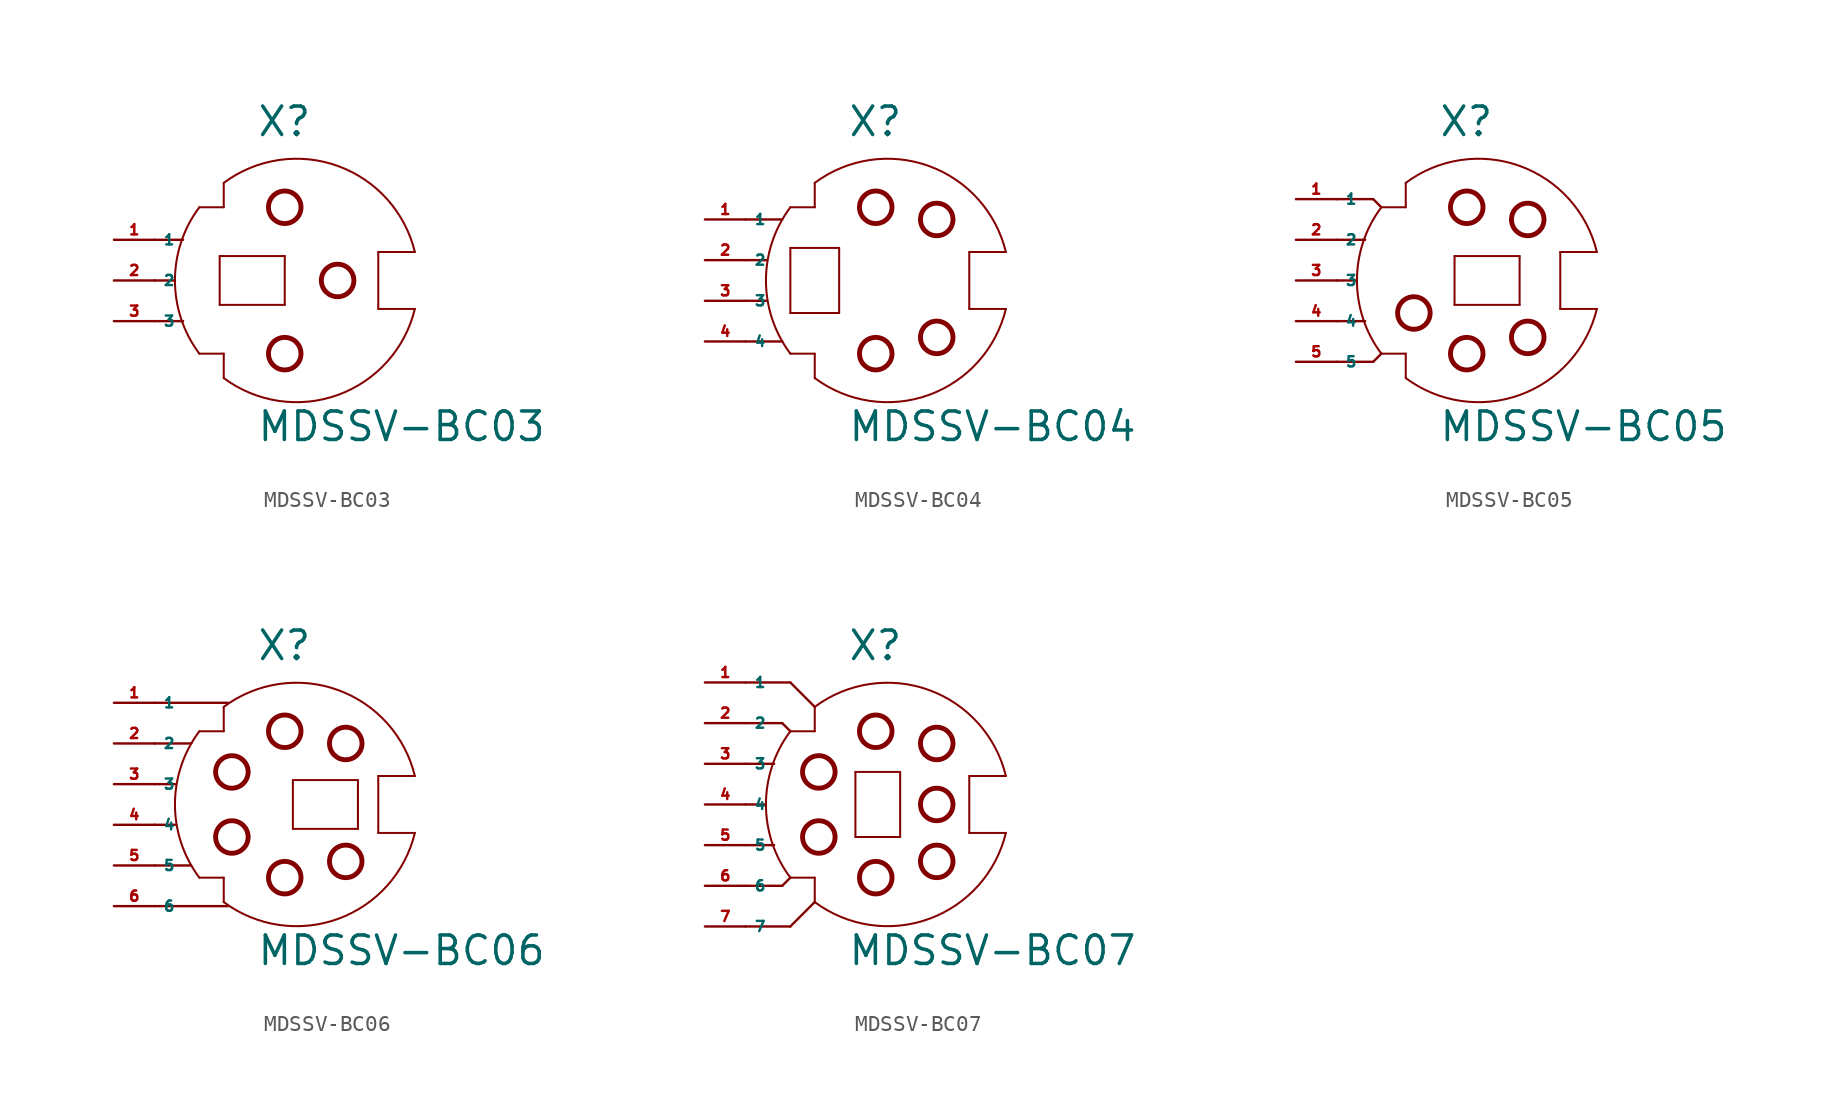
<source format=kicad_sym>
(kicad_symbol_lib
  (version 20220914)
  (generator Eagle2Kicad)
  (symbol "MDSSV-BC03"
    (property "Reference" "X"
      (at -1.27 8.89 0)
      (effects (font (size 1.778 1.778) (thickness 0.22)) (justify left bottom)))
    (property "Value" "MDSSV-BC03"
      (at -1.27 -10.16 0)
      (effects (font (size 1.778 1.778) (thickness 0.22)) (justify left bottom)))
    (polyline
      (pts (xy 6.35 -1.778) (xy 8.636 -1.778))
      (stroke (width 0.127) (type default))
      (fill (type none)))
    (polyline
      (pts (xy 6.35 -1.778) (xy 6.35 1.778))
      (stroke (width 0.127) (type default))
      (fill (type none)))
    (polyline
      (pts (xy 6.35 1.778) (xy 8.636 1.778))
      (stroke (width 0.127) (type default))
      (fill (type none)))
    (polyline
      (pts (xy -3.302 6.096) (xy -3.302 4.572))
      (stroke (width 0.127) (type default))
      (fill (type none)))
    (polyline
      (pts (xy -3.302 4.572) (xy -4.826 4.572))
      (stroke (width 0.127) (type default))
      (fill (type none)))
    (polyline
      (pts (xy -4.826 -4.572) (xy -3.302 -4.572))
      (stroke (width 0.127) (type default))
      (fill (type none)))
    (polyline
      (pts (xy -3.302 -4.572) (xy -3.302 -6.096))
      (stroke (width 0.127) (type default))
      (fill (type none)))
    (arc
      (start -4.826 4.572)
      (mid -6.350 0.000)
      (end -4.826 -4.572)
      (stroke (width 0.127) (type default))
      (fill (type none)))
    (arc
      (start 8.6357 1.778)
      (mid 3.829 7.150)
      (end -3.302 6.096)
      (stroke (width 0.127) (type default))
      (fill (type none)))
    (polyline
      (pts (xy 0.508 1.524) (xy 0.508 -1.524))
      (stroke (width 0.127) (type default))
      (fill (type none)))
    (polyline
      (pts (xy 0.508 -1.524) (xy -3.556 -1.524))
      (stroke (width 0.127) (type default))
      (fill (type none)))
    (polyline
      (pts (xy -3.556 -1.524) (xy -3.556 1.524))
      (stroke (width 0.127) (type default))
      (fill (type none)))
    (polyline
      (pts (xy -3.556 1.524) (xy 0.508 1.524))
      (stroke (width 0.127) (type default))
      (fill (type none)))
    (polyline
      (pts (xy -7.62 0) (xy -6.35 0))
      (stroke (width 0.152) (type default))
      (fill (type none)))
    (polyline
      (pts (xy -7.62 2.54) (xy -5.842 2.54))
      (stroke (width 0.152) (type default))
      (fill (type none)))
    (polyline
      (pts (xy -7.62 -2.54) (xy -5.842 -2.54))
      (stroke (width 0.152) (type default))
      (fill (type none)))
    (arc
      (start -3.302 -6.096)
      (mid 3.829 -7.150)
      (end 8.6357 -1.778)
      (stroke (width 0.127) (type default))
      (fill (type none)))
    (circle
      (center 0.508 4.572)
      (radius 1.016)
      (stroke (width 0.305) (type default))
      (fill (type none)))
    (circle
      (center 3.81 0)
      (radius 1.016)
      (stroke (width 0.305) (type default))
      (fill (type none)))
    (circle
      (center 0.508 -4.572)
      (radius 1.016)
      (stroke (width 0.305) (type default))
      (fill (type none)))
    (pin passive line
      (at -10.16 2.54 0)
      (length 2.54)
      (name "1" (effects (font (size 0.635 0.635) (thickness 0.08)) (justify left bottom)))
      (number "1" (effects (font (size 0.635 0.635) (thickness 0.08)) (justify left bottom))))
    (pin passive line
      (at -10.16 0 0)
      (length 2.54)
      (name "2" (effects (font (size 0.635 0.635) (thickness 0.08)) (justify left bottom)))
      (number "2" (effects (font (size 0.635 0.635) (thickness 0.08)) (justify left bottom))))
    (pin passive line
      (at -10.16 -2.54 0)
      (length 2.54)
      (name "3" (effects (font (size 0.635 0.635) (thickness 0.08)) (justify left bottom)))
      (number "3" (effects (font (size 0.635 0.635) (thickness 0.08)) (justify left bottom)))))
  (symbol "MDSSV-BC04"
    (property "Reference" "X"
      (at -1.27 10.16 0)
      (effects (font (size 1.778 1.778) (thickness 0.22)) (justify left bottom)))
    (property "Value" "MDSSV-BC04"
      (at -1.27 -8.89 0)
      (effects (font (size 1.778 1.778) (thickness 0.22)) (justify left bottom)))
    (polyline
      (pts (xy 6.35 -0.508) (xy 8.636 -0.508))
      (stroke (width 0.127) (type default))
      (fill (type none)))
    (polyline
      (pts (xy 6.35 -0.508) (xy 6.35 3.048))
      (stroke (width 0.127) (type default))
      (fill (type none)))
    (polyline
      (pts (xy 6.35 3.048) (xy 8.636 3.048))
      (stroke (width 0.127) (type default))
      (fill (type none)))
    (polyline
      (pts (xy -3.302 7.366) (xy -3.302 5.842))
      (stroke (width 0.127) (type default))
      (fill (type none)))
    (polyline
      (pts (xy -3.302 5.842) (xy -4.826 5.842))
      (stroke (width 0.127) (type default))
      (fill (type none)))
    (polyline
      (pts (xy -4.826 -3.302) (xy -3.302 -3.302))
      (stroke (width 0.127) (type default))
      (fill (type none)))
    (polyline
      (pts (xy -3.302 -3.302) (xy -3.302 -4.826))
      (stroke (width 0.127) (type default))
      (fill (type none)))
    (arc
      (start -4.826 5.842)
      (mid -6.350 1.270)
      (end -4.826 -3.302)
      (stroke (width 0.127) (type default))
      (fill (type none)))
    (arc
      (start 8.6357 3.048)
      (mid 3.829 8.420)
      (end -3.302 7.366)
      (stroke (width 0.127) (type default))
      (fill (type none)))
    (polyline
      (pts (xy -1.778 -0.762) (xy -4.826 -0.762))
      (stroke (width 0.127) (type default))
      (fill (type none)))
    (polyline
      (pts (xy -4.826 -0.762) (xy -4.826 3.302))
      (stroke (width 0.127) (type default))
      (fill (type none)))
    (polyline
      (pts (xy -4.826 3.302) (xy -1.778 3.302))
      (stroke (width 0.127) (type default))
      (fill (type none)))
    (polyline
      (pts (xy -1.778 3.302) (xy -1.778 -0.762))
      (stroke (width 0.127) (type default))
      (fill (type none)))
    (polyline
      (pts (xy -7.62 0) (xy -6.35 0))
      (stroke (width 0.152) (type default))
      (fill (type none)))
    (polyline
      (pts (xy -7.62 2.54) (xy -6.35 2.54))
      (stroke (width 0.152) (type default))
      (fill (type none)))
    (polyline
      (pts (xy -7.62 -2.54) (xy -5.334 -2.54))
      (stroke (width 0.152) (type default))
      (fill (type none)))
    (polyline
      (pts (xy -7.62 5.08) (xy -5.334 5.08))
      (stroke (width 0.152) (type default))
      (fill (type none)))
    (arc
      (start -3.302 -4.826)
      (mid 3.829 -5.880)
      (end 8.6357 -0.508)
      (stroke (width 0.127) (type default))
      (fill (type none)))
    (circle
      (center 0.508 5.842)
      (radius 1.016)
      (stroke (width 0.305) (type default))
      (fill (type none)))
    (circle
      (center 4.318 5.08)
      (radius 1.016)
      (stroke (width 0.305) (type default))
      (fill (type none)))
    (circle
      (center 0.508 -3.302)
      (radius 1.016)
      (stroke (width 0.305) (type default))
      (fill (type none)))
    (circle
      (center 4.318 -2.286)
      (radius 1.016)
      (stroke (width 0.305) (type default))
      (fill (type none)))
    (pin passive line
      (at -10.16 5.08 0)
      (length 2.54)
      (name "1" (effects (font (size 0.635 0.635) (thickness 0.08)) (justify left bottom)))
      (number "1" (effects (font (size 0.635 0.635) (thickness 0.08)) (justify left bottom))))
    (pin passive line
      (at -10.16 2.54 0)
      (length 2.54)
      (name "2" (effects (font (size 0.635 0.635) (thickness 0.08)) (justify left bottom)))
      (number "2" (effects (font (size 0.635 0.635) (thickness 0.08)) (justify left bottom))))
    (pin passive line
      (at -10.16 0 0)
      (length 2.54)
      (name "3" (effects (font (size 0.635 0.635) (thickness 0.08)) (justify left bottom)))
      (number "3" (effects (font (size 0.635 0.635) (thickness 0.08)) (justify left bottom))))
    (pin passive line
      (at -10.16 -2.54 0)
      (length 2.54)
      (name "4" (effects (font (size 0.635 0.635) (thickness 0.08)) (justify left bottom)))
      (number "4" (effects (font (size 0.635 0.635) (thickness 0.08)) (justify left bottom)))))
  (symbol "MDSSV-BC05"
    (property "Reference" "X"
      (at -1.27 8.89 0)
      (effects (font (size 1.778 1.778) (thickness 0.22)) (justify left bottom)))
    (property "Value" "MDSSV-BC05"
      (at -1.27 -10.16 0)
      (effects (font (size 1.778 1.778) (thickness 0.22)) (justify left bottom)))
    (polyline
      (pts (xy 6.35 -1.778) (xy 8.636 -1.778))
      (stroke (width 0.127) (type default))
      (fill (type none)))
    (polyline
      (pts (xy 6.35 -1.778) (xy 6.35 1.778))
      (stroke (width 0.127) (type default))
      (fill (type none)))
    (polyline
      (pts (xy 6.35 1.778) (xy 8.636 1.778))
      (stroke (width 0.127) (type default))
      (fill (type none)))
    (polyline
      (pts (xy -3.302 6.096) (xy -3.302 4.572))
      (stroke (width 0.127) (type default))
      (fill (type none)))
    (polyline
      (pts (xy -3.302 4.572) (xy -4.826 4.572))
      (stroke (width 0.127) (type default))
      (fill (type none)))
    (polyline
      (pts (xy -4.826 -4.572) (xy -3.302 -4.572))
      (stroke (width 0.127) (type default))
      (fill (type none)))
    (polyline
      (pts (xy -3.302 -4.572) (xy -3.302 -6.096))
      (stroke (width 0.127) (type default))
      (fill (type none)))
    (arc
      (start -4.826 4.572)
      (mid -6.350 0.000)
      (end -4.826 -4.572)
      (stroke (width 0.127) (type default))
      (fill (type none)))
    (arc
      (start 8.6357 1.778)
      (mid 3.829 7.150)
      (end -3.302 6.096)
      (stroke (width 0.127) (type default))
      (fill (type none)))
    (polyline
      (pts (xy -0.254 -1.524) (xy -0.254 1.524))
      (stroke (width 0.127) (type default))
      (fill (type none)))
    (polyline
      (pts (xy -0.254 1.524) (xy 3.81 1.524))
      (stroke (width 0.127) (type default))
      (fill (type none)))
    (polyline
      (pts (xy 3.81 1.524) (xy 3.81 -1.524))
      (stroke (width 0.127) (type default))
      (fill (type none)))
    (polyline
      (pts (xy 3.81 -1.524) (xy -0.254 -1.524))
      (stroke (width 0.127) (type default))
      (fill (type none)))
    (polyline
      (pts (xy -7.62 0) (xy -6.35 0))
      (stroke (width 0.152) (type default))
      (fill (type none)))
    (polyline
      (pts (xy -7.62 2.54) (xy -5.842 2.54))
      (stroke (width 0.152) (type default))
      (fill (type none)))
    (polyline
      (pts (xy -7.62 -2.54) (xy -5.842 -2.54))
      (stroke (width 0.152) (type default))
      (fill (type none)))
    (polyline
      (pts (xy -7.62 5.08) (xy -5.334 5.08))
      (stroke (width 0.152) (type default))
      (fill (type none)))
    (polyline
      (pts (xy -5.334 5.08) (xy -4.826 4.572))
      (stroke (width 0.152) (type default))
      (fill (type none)))
    (polyline
      (pts (xy -7.62 -5.08) (xy -5.334 -5.08))
      (stroke (width 0.152) (type default))
      (fill (type none)))
    (polyline
      (pts (xy -5.334 -5.08) (xy -4.826 -4.572))
      (stroke (width 0.152) (type default))
      (fill (type none)))
    (arc
      (start -3.302 -6.096)
      (mid 3.829 -7.150)
      (end 8.6357 -1.778)
      (stroke (width 0.127) (type default))
      (fill (type none)))
    (circle
      (center 0.508 4.572)
      (radius 1.016)
      (stroke (width 0.305) (type default))
      (fill (type none)))
    (circle
      (center 4.318 3.81)
      (radius 1.016)
      (stroke (width 0.305) (type default))
      (fill (type none)))
    (circle
      (center 0.508 -4.572)
      (radius 1.016)
      (stroke (width 0.305) (type default))
      (fill (type none)))
    (circle
      (center 4.318 -3.556)
      (radius 1.016)
      (stroke (width 0.305) (type default))
      (fill (type none)))
    (circle
      (center -2.794 -2.032)
      (radius 1.016)
      (stroke (width 0.305) (type default))
      (fill (type none)))
    (pin passive line
      (at -10.16 5.08 0)
      (length 2.54)
      (name "1" (effects (font (size 0.635 0.635) (thickness 0.08)) (justify left bottom)))
      (number "1" (effects (font (size 0.635 0.635) (thickness 0.08)) (justify left bottom))))
    (pin passive line
      (at -10.16 2.54 0)
      (length 2.54)
      (name "2" (effects (font (size 0.635 0.635) (thickness 0.08)) (justify left bottom)))
      (number "2" (effects (font (size 0.635 0.635) (thickness 0.08)) (justify left bottom))))
    (pin passive line
      (at -10.16 0 0)
      (length 2.54)
      (name "3" (effects (font (size 0.635 0.635) (thickness 0.08)) (justify left bottom)))
      (number "3" (effects (font (size 0.635 0.635) (thickness 0.08)) (justify left bottom))))
    (pin passive line
      (at -10.16 -2.54 0)
      (length 2.54)
      (name "4" (effects (font (size 0.635 0.635) (thickness 0.08)) (justify left bottom)))
      (number "4" (effects (font (size 0.635 0.635) (thickness 0.08)) (justify left bottom))))
    (pin passive line
      (at -10.16 -5.08 0)
      (length 2.54)
      (name "5" (effects (font (size 0.635 0.635) (thickness 0.08)) (justify left bottom)))
      (number "5" (effects (font (size 0.635 0.635) (thickness 0.08)) (justify left bottom)))))
  (symbol "MDSSV-BC06"
    (property "Reference" "X"
      (at -1.27 10.16 0)
      (effects (font (size 1.778 1.778) (thickness 0.22)) (justify left bottom)))
    (property "Value" "MDSSV-BC06"
      (at -1.27 -8.89 0)
      (effects (font (size 1.778 1.778) (thickness 0.22)) (justify left bottom)))
    (polyline
      (pts (xy 6.35 -0.508) (xy 6.35 3.048))
      (stroke (width 0.127) (type default))
      (fill (type none)))
    (polyline
      (pts (xy 6.35 3.048) (xy 8.636 3.048))
      (stroke (width 0.127) (type default))
      (fill (type none)))
    (polyline
      (pts (xy -3.302 7.366) (xy -3.302 5.842))
      (stroke (width 0.127) (type default))
      (fill (type none)))
    (polyline
      (pts (xy -3.302 5.842) (xy -4.826 5.842))
      (stroke (width 0.127) (type default))
      (fill (type none)))
    (polyline
      (pts (xy -4.826 -3.302) (xy -3.302 -3.302))
      (stroke (width 0.127) (type default))
      (fill (type none)))
    (polyline
      (pts (xy -3.302 -3.302) (xy -3.302 -4.826))
      (stroke (width 0.127) (type default))
      (fill (type none)))
    (arc
      (start -4.826 5.842)
      (mid -6.350 1.270)
      (end -4.826 -3.302)
      (stroke (width 0.127) (type default))
      (fill (type none)))
    (arc
      (start 8.6357 3.048)
      (mid 3.829 8.420)
      (end -3.302 7.366)
      (stroke (width 0.127) (type default))
      (fill (type none)))
    (polyline
      (pts (xy 1.016 -0.254) (xy 1.016 2.794))
      (stroke (width 0.127) (type default))
      (fill (type none)))
    (polyline
      (pts (xy 1.016 2.794) (xy 5.08 2.794))
      (stroke (width 0.127) (type default))
      (fill (type none)))
    (polyline
      (pts (xy 5.08 2.794) (xy 5.08 -0.254))
      (stroke (width 0.127) (type default))
      (fill (type none)))
    (polyline
      (pts (xy 5.08 -0.254) (xy 1.016 -0.254))
      (stroke (width 0.127) (type default))
      (fill (type none)))
    (polyline
      (pts (xy -7.62 0) (xy -6.35 0))
      (stroke (width 0.152) (type default))
      (fill (type none)))
    (polyline
      (pts (xy -7.62 2.54) (xy -6.35 2.54))
      (stroke (width 0.152) (type default))
      (fill (type none)))
    (polyline
      (pts (xy -7.62 -2.54) (xy -5.334 -2.54))
      (stroke (width 0.152) (type default))
      (fill (type none)))
    (polyline
      (pts (xy -7.62 5.08) (xy -5.334 5.08))
      (stroke (width 0.152) (type default))
      (fill (type none)))
    (polyline
      (pts (xy -7.62 -5.08) (xy -3.048 -5.08))
      (stroke (width 0.152) (type default))
      (fill (type none)))
    (polyline
      (pts (xy -7.62 7.62) (xy -3.048 7.62))
      (stroke (width 0.152) (type default))
      (fill (type none)))
    (polyline
      (pts (xy 6.35 -0.508) (xy 8.636 -0.508))
      (stroke (width 0.127) (type default))
      (fill (type none)))
    (arc
      (start -3.302 -4.826)
      (mid 3.829 -5.880)
      (end 8.6357 -0.508)
      (stroke (width 0.127) (type default))
      (fill (type none)))
    (circle
      (center 0.508 5.842)
      (radius 1.016)
      (stroke (width 0.305) (type default))
      (fill (type none)))
    (circle
      (center 4.318 5.08)
      (radius 1.016)
      (stroke (width 0.305) (type default))
      (fill (type none)))
    (circle
      (center 0.508 -3.302)
      (radius 1.016)
      (stroke (width 0.305) (type default))
      (fill (type none)))
    (circle
      (center 4.318 -2.286)
      (radius 1.016)
      (stroke (width 0.305) (type default))
      (fill (type none)))
    (circle
      (center -2.794 3.302)
      (radius 1.016)
      (stroke (width 0.305) (type default))
      (fill (type none)))
    (circle
      (center -2.794 -0.762)
      (radius 1.016)
      (stroke (width 0.305) (type default))
      (fill (type none)))
    (pin passive line
      (at -10.16 7.62 0)
      (length 2.54)
      (name "1" (effects (font (size 0.635 0.635) (thickness 0.08)) (justify left bottom)))
      (number "1" (effects (font (size 0.635 0.635) (thickness 0.08)) (justify left bottom))))
    (pin passive line
      (at -10.16 5.08 0)
      (length 2.54)
      (name "2" (effects (font (size 0.635 0.635) (thickness 0.08)) (justify left bottom)))
      (number "2" (effects (font (size 0.635 0.635) (thickness 0.08)) (justify left bottom))))
    (pin passive line
      (at -10.16 2.54 0)
      (length 2.54)
      (name "3" (effects (font (size 0.635 0.635) (thickness 0.08)) (justify left bottom)))
      (number "3" (effects (font (size 0.635 0.635) (thickness 0.08)) (justify left bottom))))
    (pin passive line
      (at -10.16 0 0)
      (length 2.54)
      (name "4" (effects (font (size 0.635 0.635) (thickness 0.08)) (justify left bottom)))
      (number "4" (effects (font (size 0.635 0.635) (thickness 0.08)) (justify left bottom))))
    (pin passive line
      (at -10.16 -2.54 0)
      (length 2.54)
      (name "5" (effects (font (size 0.635 0.635) (thickness 0.08)) (justify left bottom)))
      (number "5" (effects (font (size 0.635 0.635) (thickness 0.08)) (justify left bottom))))
    (pin passive line
      (at -10.16 -5.08 0)
      (length 2.54)
      (name "6" (effects (font (size 0.635 0.635) (thickness 0.08)) (justify left bottom)))
      (number "6" (effects (font (size 0.635 0.635) (thickness 0.08)) (justify left bottom)))))
  (symbol "MDSSV-BC07"
    (property "Reference" "X"
      (at -1.27 8.89 0)
      (effects (font (size 1.778 1.778) (thickness 0.22)) (justify left bottom)))
    (property "Value" "MDSSV-BC07"
      (at -1.27 -10.16 0)
      (effects (font (size 1.778 1.778) (thickness 0.22)) (justify left bottom)))
    (polyline
      (pts (xy 6.35 -1.778) (xy 6.35 1.778))
      (stroke (width 0.127) (type default))
      (fill (type none)))
    (polyline
      (pts (xy 6.35 1.778) (xy 8.636 1.778))
      (stroke (width 0.127) (type default))
      (fill (type none)))
    (polyline
      (pts (xy -3.302 6.096) (xy -3.302 4.572))
      (stroke (width 0.127) (type default))
      (fill (type none)))
    (polyline
      (pts (xy -3.302 4.572) (xy -4.826 4.572))
      (stroke (width 0.127) (type default))
      (fill (type none)))
    (polyline
      (pts (xy -4.826 -4.572) (xy -3.302 -4.572))
      (stroke (width 0.127) (type default))
      (fill (type none)))
    (polyline
      (pts (xy -3.302 -4.572) (xy -3.302 -6.096))
      (stroke (width 0.127) (type default))
      (fill (type none)))
    (arc
      (start -4.826 4.572)
      (mid -6.350 0.000)
      (end -4.826 -4.572)
      (stroke (width 0.127) (type default))
      (fill (type none)))
    (arc
      (start 8.6357 1.778)
      (mid 3.829 7.150)
      (end -3.302 6.096)
      (stroke (width 0.127) (type default))
      (fill (type none)))
    (polyline
      (pts (xy 2.032 -2.032) (xy -0.762 -2.032))
      (stroke (width 0.127) (type default))
      (fill (type none)))
    (polyline
      (pts (xy -0.762 -2.032) (xy -0.762 2.032))
      (stroke (width 0.127) (type default))
      (fill (type none)))
    (polyline
      (pts (xy -0.762 2.032) (xy 2.032 2.032))
      (stroke (width 0.127) (type default))
      (fill (type none)))
    (polyline
      (pts (xy 2.032 2.032) (xy 2.032 -2.032))
      (stroke (width 0.127) (type default))
      (fill (type none)))
    (polyline
      (pts (xy -7.62 0) (xy -6.35 0))
      (stroke (width 0.152) (type default))
      (fill (type none)))
    (polyline
      (pts (xy -7.62 2.54) (xy -5.842 2.54))
      (stroke (width 0.152) (type default))
      (fill (type none)))
    (polyline
      (pts (xy -7.62 -2.54) (xy -5.842 -2.54))
      (stroke (width 0.152) (type default))
      (fill (type none)))
    (polyline
      (pts (xy -7.62 5.08) (xy -5.334 5.08))
      (stroke (width 0.152) (type default))
      (fill (type none)))
    (polyline
      (pts (xy -5.334 5.08) (xy -4.826 4.572))
      (stroke (width 0.152) (type default))
      (fill (type none)))
    (polyline
      (pts (xy -7.62 -5.08) (xy -5.334 -5.08))
      (stroke (width 0.152) (type default))
      (fill (type none)))
    (polyline
      (pts (xy -5.334 -5.08) (xy -4.826 -4.572))
      (stroke (width 0.152) (type default))
      (fill (type none)))
    (polyline
      (pts (xy -7.62 -7.62) (xy -4.826 -7.62))
      (stroke (width 0.152) (type default))
      (fill (type none)))
    (polyline
      (pts (xy -4.826 -7.62) (xy -3.302 -6.096))
      (stroke (width 0.152) (type default))
      (fill (type none)))
    (polyline
      (pts (xy -7.62 7.62) (xy -4.826 7.62))
      (stroke (width 0.152) (type default))
      (fill (type none)))
    (polyline
      (pts (xy -4.826 7.62) (xy -3.302 6.096))
      (stroke (width 0.152) (type default))
      (fill (type none)))
    (polyline
      (pts (xy 6.35 -1.778) (xy 8.636 -1.778))
      (stroke (width 0.127) (type default))
      (fill (type none)))
    (arc
      (start -3.302 -6.096)
      (mid 3.829 -7.150)
      (end 8.6357 -1.778)
      (stroke (width 0.127) (type default))
      (fill (type none)))
    (circle
      (center 0.508 4.572)
      (radius 1.016)
      (stroke (width 0.305) (type default))
      (fill (type none)))
    (circle
      (center 4.318 3.81)
      (radius 1.016)
      (stroke (width 0.305) (type default))
      (fill (type none)))
    (circle
      (center 0.508 -4.572)
      (radius 1.016)
      (stroke (width 0.305) (type default))
      (fill (type none)))
    (circle
      (center 4.318 -3.556)
      (radius 1.016)
      (stroke (width 0.305) (type default))
      (fill (type none)))
    (circle
      (center -3.048 2.032)
      (radius 1.016)
      (stroke (width 0.305) (type default))
      (fill (type none)))
    (circle
      (center -3.048 -2.032)
      (radius 1.016)
      (stroke (width 0.305) (type default))
      (fill (type none)))
    (circle
      (center 4.318 0)
      (radius 1.016)
      (stroke (width 0.305) (type default))
      (fill (type none)))
    (pin passive line
      (at -10.16 7.62 0)
      (length 2.54)
      (name "1" (effects (font (size 0.635 0.635) (thickness 0.08)) (justify left bottom)))
      (number "1" (effects (font (size 0.635 0.635) (thickness 0.08)) (justify left bottom))))
    (pin passive line
      (at -10.16 5.08 0)
      (length 2.54)
      (name "2" (effects (font (size 0.635 0.635) (thickness 0.08)) (justify left bottom)))
      (number "2" (effects (font (size 0.635 0.635) (thickness 0.08)) (justify left bottom))))
    (pin passive line
      (at -10.16 2.54 0)
      (length 2.54)
      (name "3" (effects (font (size 0.635 0.635) (thickness 0.08)) (justify left bottom)))
      (number "3" (effects (font (size 0.635 0.635) (thickness 0.08)) (justify left bottom))))
    (pin passive line
      (at -10.16 0 0)
      (length 2.54)
      (name "4" (effects (font (size 0.635 0.635) (thickness 0.08)) (justify left bottom)))
      (number "4" (effects (font (size 0.635 0.635) (thickness 0.08)) (justify left bottom))))
    (pin passive line
      (at -10.16 -2.54 0)
      (length 2.54)
      (name "5" (effects (font (size 0.635 0.635) (thickness 0.08)) (justify left bottom)))
      (number "5" (effects (font (size 0.635 0.635) (thickness 0.08)) (justify left bottom))))
    (pin passive line
      (at -10.16 -5.08 0)
      (length 2.54)
      (name "6" (effects (font (size 0.635 0.635) (thickness 0.08)) (justify left bottom)))
      (number "6" (effects (font (size 0.635 0.635) (thickness 0.08)) (justify left bottom))))
    (pin passive line
      (at -10.16 -7.62 0)
      (length 2.54)
      (name "7" (effects (font (size 0.635 0.635) (thickness 0.08)) (justify left bottom)))
      (number "7" (effects (font (size 0.635 0.635) (thickness 0.08)) (justify left bottom))))))
</source>
